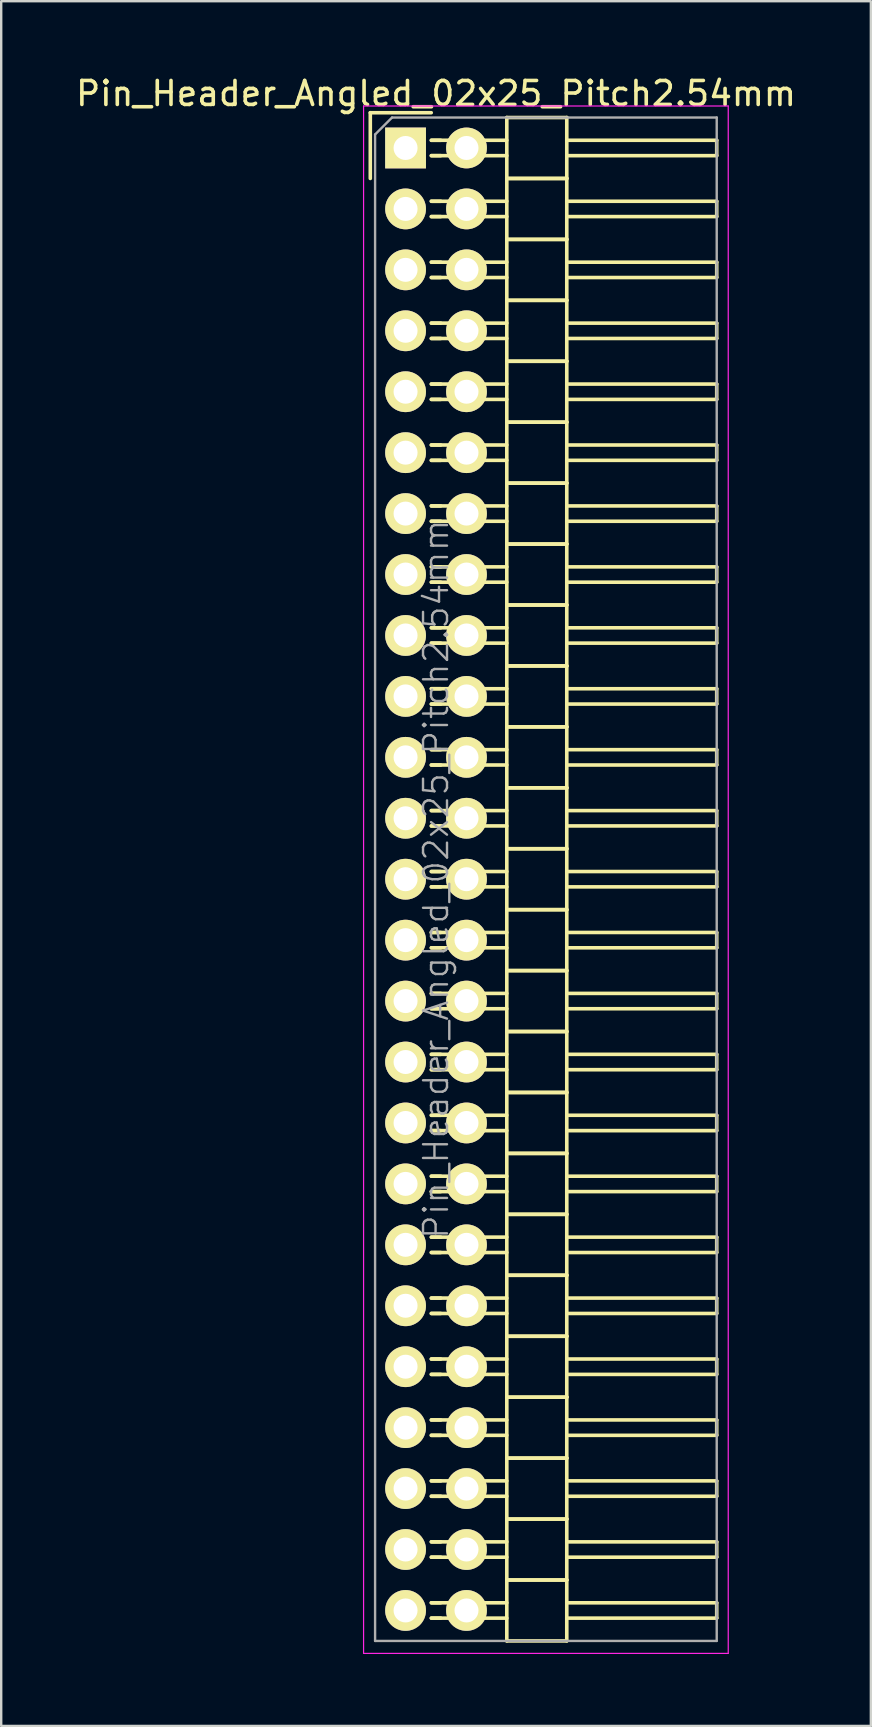
<source format=kicad_pcb>
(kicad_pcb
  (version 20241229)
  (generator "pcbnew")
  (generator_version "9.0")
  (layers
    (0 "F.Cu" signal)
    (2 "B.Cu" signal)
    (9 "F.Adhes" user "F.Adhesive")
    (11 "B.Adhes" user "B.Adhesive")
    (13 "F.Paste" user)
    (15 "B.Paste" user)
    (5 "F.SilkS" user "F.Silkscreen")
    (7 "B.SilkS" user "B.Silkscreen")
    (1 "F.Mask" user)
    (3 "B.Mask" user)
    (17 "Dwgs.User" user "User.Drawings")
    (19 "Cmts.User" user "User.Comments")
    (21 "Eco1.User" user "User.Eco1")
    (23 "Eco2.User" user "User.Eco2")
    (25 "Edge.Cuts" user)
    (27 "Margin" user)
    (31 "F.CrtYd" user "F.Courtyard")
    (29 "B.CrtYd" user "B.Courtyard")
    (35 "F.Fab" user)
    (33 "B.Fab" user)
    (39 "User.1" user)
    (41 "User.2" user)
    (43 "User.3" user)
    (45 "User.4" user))
  (footprint "Pin_Header_Angled_02x25_Pitch2.54mm"
    (layer "F.Cu")
    (at 13.855 3.118)
    (property "Reference" "Pin_Header_Angled_02x25_Pitch2.54mm" (at 1.27 -2.27 0) (layer "F.SilkS") (effects (font (size 1 1) (thickness 0.15))))
    (attr smd)
    (fp_line (start -1.47 -1.47) (end -1.47 1.27) (stroke (width 0.15) (type solid)) (layer "F.SilkS"))
    (fp_line (start -1.47 -1.47) (end 1.07 -1.47) (stroke (width 0.15) (type solid)) (layer "F.SilkS"))
    (fp_line (start 1.465 -0.32) (end 1.075 -0.32) (stroke (width 0.15) (type solid)) (layer "F.SilkS"))
    (fp_line (start 1.465 0.32) (end 1.075 0.32) (stroke (width 0.15) (type solid)) (layer "F.SilkS"))
    (fp_line (start 1.465 2.22) (end 1.075 2.22) (stroke (width 0.15) (type solid)) (layer "F.SilkS"))
    (fp_line (start 1.465 2.86) (end 1.075 2.86) (stroke (width 0.15) (type solid)) (layer "F.SilkS"))
    (fp_line (start 1.465 4.76) (end 1.075 4.76) (stroke (width 0.15) (type solid)) (layer "F.SilkS"))
    (fp_line (start 1.465 5.4) (end 1.075 5.4) (stroke (width 0.15) (type solid)) (layer "F.SilkS"))
    (fp_line (start 1.465 7.3) (end 1.075 7.3) (stroke (width 0.15) (type solid)) (layer "F.SilkS"))
    (fp_line (start 1.465 7.94) (end 1.075 7.94) (stroke (width 0.15) (type solid)) (layer "F.SilkS"))
    (fp_line (start 1.465 9.84) (end 1.075 9.84) (stroke (width 0.15) (type solid)) (layer "F.SilkS"))
    (fp_line (start 1.465 10.48) (end 1.075 10.48) (stroke (width 0.15) (type solid)) (layer "F.SilkS"))
    (fp_line (start 1.465 12.38) (end 1.075 12.38) (stroke (width 0.15) (type solid)) (layer "F.SilkS"))
    (fp_line (start 1.465 13.02) (end 1.075 13.02) (stroke (width 0.15) (type solid)) (layer "F.SilkS"))
    (fp_line (start 1.465 14.92) (end 1.075 14.92) (stroke (width 0.15) (type solid)) (layer "F.SilkS"))
    (fp_line (start 1.465 15.56) (end 1.075 15.56) (stroke (width 0.15) (type solid)) (layer "F.SilkS"))
    (fp_line (start 1.465 17.46) (end 1.075 17.46) (stroke (width 0.15) (type solid)) (layer "F.SilkS"))
    (fp_line (start 1.465 18.1) (end 1.075 18.1) (stroke (width 0.15) (type solid)) (layer "F.SilkS"))
    (fp_line (start 1.465 20) (end 1.075 20) (stroke (width 0.15) (type solid)) (layer "F.SilkS"))
    (fp_line (start 1.465 20.64) (end 1.075 20.64) (stroke (width 0.15) (type solid)) (layer "F.SilkS"))
    (fp_line (start 1.465 22.54) (end 1.075 22.54) (stroke (width 0.15) (type solid)) (layer "F.SilkS"))
    (fp_line (start 1.465 23.18) (end 1.075 23.18) (stroke (width 0.15) (type solid)) (layer "F.SilkS"))
    (fp_line (start 1.465 25.08) (end 1.075 25.08) (stroke (width 0.15) (type solid)) (layer "F.SilkS"))
    (fp_line (start 1.465 25.72) (end 1.075 25.72) (stroke (width 0.15) (type solid)) (layer "F.SilkS"))
    (fp_line (start 1.465 27.62) (end 1.075 27.62) (stroke (width 0.15) (type solid)) (layer "F.SilkS"))
    (fp_line (start 1.465 28.26) (end 1.075 28.26) (stroke (width 0.15) (type solid)) (layer "F.SilkS"))
    (fp_line (start 1.465 30.16) (end 1.075 30.16) (stroke (width 0.15) (type solid)) (layer "F.SilkS"))
    (fp_line (start 1.465 30.8) (end 1.075 30.8) (stroke (width 0.15) (type solid)) (layer "F.SilkS"))
    (fp_line (start 1.465 32.7) (end 1.075 32.7) (stroke (width 0.15) (type solid)) (layer "F.SilkS"))
    (fp_line (start 1.465 33.34) (end 1.075 33.34) (stroke (width 0.15) (type solid)) (layer "F.SilkS"))
    (fp_line (start 1.465 35.24) (end 1.075 35.24) (stroke (width 0.15) (type solid)) (layer "F.SilkS"))
    (fp_line (start 1.465 35.88) (end 1.075 35.88) (stroke (width 0.15) (type solid)) (layer "F.SilkS"))
    (fp_line (start 1.465 37.78) (end 1.075 37.78) (stroke (width 0.15) (type solid)) (layer "F.SilkS"))
    (fp_line (start 1.465 38.42) (end 1.075 38.42) (stroke (width 0.15) (type solid)) (layer "F.SilkS"))
    (fp_line (start 1.465 40.32) (end 1.075 40.32) (stroke (width 0.15) (type solid)) (layer "F.SilkS"))
    (fp_line (start 1.465 40.96) (end 1.075 40.96) (stroke (width 0.15) (type solid)) (layer "F.SilkS"))
    (fp_line (start 1.465 42.86) (end 1.075 42.86) (stroke (width 0.15) (type solid)) (layer "F.SilkS"))
    (fp_line (start 1.465 43.5) (end 1.075 43.5) (stroke (width 0.15) (type solid)) (layer "F.SilkS"))
    (fp_line (start 1.465 45.4) (end 1.075 45.4) (stroke (width 0.15) (type solid)) (layer "F.SilkS"))
    (fp_line (start 1.465 46.04) (end 1.075 46.04) (stroke (width 0.15) (type solid)) (layer "F.SilkS"))
    (fp_line (start 1.465 47.94) (end 1.075 47.94) (stroke (width 0.15) (type solid)) (layer "F.SilkS"))
    (fp_line (start 1.465 48.58) (end 1.075 48.58) (stroke (width 0.15) (type solid)) (layer "F.SilkS"))
    (fp_line (start 1.465 50.48) (end 1.075 50.48) (stroke (width 0.15) (type solid)) (layer "F.SilkS"))
    (fp_line (start 1.465 51.12) (end 1.075 51.12) (stroke (width 0.15) (type solid)) (layer "F.SilkS"))
    (fp_line (start 1.465 53.02) (end 1.075 53.02) (stroke (width 0.15) (type solid)) (layer "F.SilkS"))
    (fp_line (start 1.465 53.66) (end 1.075 53.66) (stroke (width 0.15) (type solid)) (layer "F.SilkS"))
    (fp_line (start 1.465 55.56) (end 1.075 55.56) (stroke (width 0.15) (type solid)) (layer "F.SilkS"))
    (fp_line (start 1.465 56.2) (end 1.075 56.2) (stroke (width 0.15) (type solid)) (layer "F.SilkS"))
    (fp_line (start 1.465 58.1) (end 1.075 58.1) (stroke (width 0.15) (type solid)) (layer "F.SilkS"))
    (fp_line (start 1.465 58.74) (end 1.075 58.74) (stroke (width 0.15) (type solid)) (layer "F.SilkS"))
    (fp_line (start 1.465 60.64) (end 1.075 60.64) (stroke (width 0.15) (type solid)) (layer "F.SilkS"))
    (fp_line (start 1.465 61.28) (end 1.075 61.28) (stroke (width 0.15) (type solid)) (layer "F.SilkS"))
    (fp_line (start 4.22 -0.32) (end 1.075 -0.32) (stroke (width 0.15) (type solid)) (layer "F.SilkS"))
    (fp_line (start 4.22 0.32) (end 1.075 0.32) (stroke (width 0.15) (type solid)) (layer "F.SilkS"))
    (fp_line (start 4.22 1.27) (end 4.22 -1.27) (stroke (width 0.15) (type solid)) (layer "F.SilkS"))
    (fp_line (start 4.22 2.22) (end 1.075 2.22) (stroke (width 0.15) (type solid)) (layer "F.SilkS"))
    (fp_line (start 4.22 2.86) (end 1.075 2.86) (stroke (width 0.15) (type solid)) (layer "F.SilkS"))
    (fp_line (start 4.22 3.81) (end 4.22 1.27) (stroke (width 0.15) (type solid)) (layer "F.SilkS"))
    (fp_line (start 4.22 4.76) (end 1.075 4.76) (stroke (width 0.15) (type solid)) (layer "F.SilkS"))
    (fp_line (start 4.22 5.4) (end 1.075 5.4) (stroke (width 0.15) (type solid)) (layer "F.SilkS"))
    (fp_line (start 4.22 6.35) (end 4.22 3.81) (stroke (width 0.15) (type solid)) (layer "F.SilkS"))
    (fp_line (start 4.22 7.3) (end 1.075 7.3) (stroke (width 0.15) (type solid)) (layer "F.SilkS"))
    (fp_line (start 4.22 7.94) (end 1.075 7.94) (stroke (width 0.15) (type solid)) (layer "F.SilkS"))
    (fp_line (start 4.22 8.89) (end 4.22 6.35) (stroke (width 0.15) (type solid)) (layer "F.SilkS"))
    (fp_line (start 4.22 9.84) (end 1.075 9.84) (stroke (width 0.15) (type solid)) (layer "F.SilkS"))
    (fp_line (start 4.22 10.48) (end 1.075 10.48) (stroke (width 0.15) (type solid)) (layer "F.SilkS"))
    (fp_line (start 4.22 11.43) (end 4.22 8.89) (stroke (width 0.15) (type solid)) (layer "F.SilkS"))
    (fp_line (start 4.22 12.38) (end 1.075 12.38) (stroke (width 0.15) (type solid)) (layer "F.SilkS"))
    (fp_line (start 4.22 13.02) (end 1.075 13.02) (stroke (width 0.15) (type solid)) (layer "F.SilkS"))
    (fp_line (start 4.22 13.97) (end 4.22 11.43) (stroke (width 0.15) (type solid)) (layer "F.SilkS"))
    (fp_line (start 4.22 14.92) (end 1.075 14.92) (stroke (width 0.15) (type solid)) (layer "F.SilkS"))
    (fp_line (start 4.22 15.56) (end 1.075 15.56) (stroke (width 0.15) (type solid)) (layer "F.SilkS"))
    (fp_line (start 4.22 16.51) (end 4.22 13.97) (stroke (width 0.15) (type solid)) (layer "F.SilkS"))
    (fp_line (start 4.22 17.46) (end 1.075 17.46) (stroke (width 0.15) (type solid)) (layer "F.SilkS"))
    (fp_line (start 4.22 18.1) (end 1.075 18.1) (stroke (width 0.15) (type solid)) (layer "F.SilkS"))
    (fp_line (start 4.22 19.05) (end 4.22 16.51) (stroke (width 0.15) (type solid)) (layer "F.SilkS"))
    (fp_line (start 4.22 20) (end 1.075 20) (stroke (width 0.15) (type solid)) (layer "F.SilkS"))
    (fp_line (start 4.22 20.64) (end 1.075 20.64) (stroke (width 0.15) (type solid)) (layer "F.SilkS"))
    (fp_line (start 4.22 21.59) (end 4.22 19.05) (stroke (width 0.15) (type solid)) (layer "F.SilkS"))
    (fp_line (start 4.22 22.54) (end 1.075 22.54) (stroke (width 0.15) (type solid)) (layer "F.SilkS"))
    (fp_line (start 4.22 23.18) (end 1.075 23.18) (stroke (width 0.15) (type solid)) (layer "F.SilkS"))
    (fp_line (start 4.22 24.13) (end 4.22 21.59) (stroke (width 0.15) (type solid)) (layer "F.SilkS"))
    (fp_line (start 4.22 25.08) (end 1.075 25.08) (stroke (width 0.15) (type solid)) (layer "F.SilkS"))
    (fp_line (start 4.22 25.72) (end 1.075 25.72) (stroke (width 0.15) (type solid)) (layer "F.SilkS"))
    (fp_line (start 4.22 26.67) (end 4.22 24.13) (stroke (width 0.15) (type solid)) (layer "F.SilkS"))
    (fp_line (start 4.22 27.62) (end 1.075 27.62) (stroke (width 0.15) (type solid)) (layer "F.SilkS"))
    (fp_line (start 4.22 28.26) (end 1.075 28.26) (stroke (width 0.15) (type solid)) (layer "F.SilkS"))
    (fp_line (start 4.22 29.21) (end 4.22 26.67) (stroke (width 0.15) (type solid)) (layer "F.SilkS"))
    (fp_line (start 4.22 30.16) (end 1.075 30.16) (stroke (width 0.15) (type solid)) (layer "F.SilkS"))
    (fp_line (start 4.22 30.8) (end 1.075 30.8) (stroke (width 0.15) (type solid)) (layer "F.SilkS"))
    (fp_line (start 4.22 31.75) (end 4.22 29.21) (stroke (width 0.15) (type solid)) (layer "F.SilkS"))
    (fp_line (start 4.22 32.7) (end 1.075 32.7) (stroke (width 0.15) (type solid)) (layer "F.SilkS"))
    (fp_line (start 4.22 33.34) (end 1.075 33.34) (stroke (width 0.15) (type solid)) (layer "F.SilkS"))
    (fp_line (start 4.22 34.29) (end 4.22 31.75) (stroke (width 0.15) (type solid)) (layer "F.SilkS"))
    (fp_line (start 4.22 35.24) (end 1.075 35.24) (stroke (width 0.15) (type solid)) (layer "F.SilkS"))
    (fp_line (start 4.22 35.88) (end 1.075 35.88) (stroke (width 0.15) (type solid)) (layer "F.SilkS"))
    (fp_line (start 4.22 36.83) (end 4.22 34.29) (stroke (width 0.15) (type solid)) (layer "F.SilkS"))
    (fp_line (start 4.22 37.78) (end 1.075 37.78) (stroke (width 0.15) (type solid)) (layer "F.SilkS"))
    (fp_line (start 4.22 38.42) (end 1.075 38.42) (stroke (width 0.15) (type solid)) (layer "F.SilkS"))
    (fp_line (start 4.22 39.37) (end 4.22 36.83) (stroke (width 0.15) (type solid)) (layer "F.SilkS"))
    (fp_line (start 4.22 40.32) (end 1.075 40.32) (stroke (width 0.15) (type solid)) (layer "F.SilkS"))
    (fp_line (start 4.22 40.96) (end 1.075 40.96) (stroke (width 0.15) (type solid)) (layer "F.SilkS"))
    (fp_line (start 4.22 41.91) (end 4.22 39.37) (stroke (width 0.15) (type solid)) (layer "F.SilkS"))
    (fp_line (start 4.22 42.86) (end 1.075 42.86) (stroke (width 0.15) (type solid)) (layer "F.SilkS"))
    (fp_line (start 4.22 43.5) (end 1.075 43.5) (stroke (width 0.15) (type solid)) (layer "F.SilkS"))
    (fp_line (start 4.22 44.45) (end 4.22 41.91) (stroke (width 0.15) (type solid)) (layer "F.SilkS"))
    (fp_line (start 4.22 45.4) (end 1.075 45.4) (stroke (width 0.15) (type solid)) (layer "F.SilkS"))
    (fp_line (start 4.22 46.04) (end 1.075 46.04) (stroke (width 0.15) (type solid)) (layer "F.SilkS"))
    (fp_line (start 4.22 46.99) (end 4.22 44.45) (stroke (width 0.15) (type solid)) (layer "F.SilkS"))
    (fp_line (start 4.22 47.94) (end 1.075 47.94) (stroke (width 0.15) (type solid)) (layer "F.SilkS"))
    (fp_line (start 4.22 48.58) (end 1.075 48.58) (stroke (width 0.15) (type solid)) (layer "F.SilkS"))
    (fp_line (start 4.22 49.53) (end 4.22 46.99) (stroke (width 0.15) (type solid)) (layer "F.SilkS"))
    (fp_line (start 4.22 50.48) (end 1.075 50.48) (stroke (width 0.15) (type solid)) (layer "F.SilkS"))
    (fp_line (start 4.22 51.12) (end 1.075 51.12) (stroke (width 0.15) (type solid)) (layer "F.SilkS"))
    (fp_line (start 4.22 52.07) (end 4.22 49.53) (stroke (width 0.15) (type solid)) (layer "F.SilkS"))
    (fp_line (start 4.22 53.02) (end 1.075 53.02) (stroke (width 0.15) (type solid)) (layer "F.SilkS"))
    (fp_line (start 4.22 53.66) (end 1.075 53.66) (stroke (width 0.15) (type solid)) (layer "F.SilkS"))
    (fp_line (start 4.22 54.61) (end 4.22 52.07) (stroke (width 0.15) (type solid)) (layer "F.SilkS"))
    (fp_line (start 4.22 55.56) (end 1.075 55.56) (stroke (width 0.15) (type solid)) (layer "F.SilkS"))
    (fp_line (start 4.22 56.2) (end 1.075 56.2) (stroke (width 0.15) (type solid)) (layer "F.SilkS"))
    (fp_line (start 4.22 57.15) (end 4.22 54.61) (stroke (width 0.15) (type solid)) (layer "F.SilkS"))
    (fp_line (start 4.22 58.1) (end 1.075 58.1) (stroke (width 0.15) (type solid)) (layer "F.SilkS"))
    (fp_line (start 4.22 58.74) (end 1.075 58.74) (stroke (width 0.15) (type solid)) (layer "F.SilkS"))
    (fp_line (start 4.22 59.69) (end 4.22 57.15) (stroke (width 0.15) (type solid)) (layer "F.SilkS"))
    (fp_line (start 4.22 60.64) (end 1.075 60.64) (stroke (width 0.15) (type solid)) (layer "F.SilkS"))
    (fp_line (start 4.22 61.28) (end 1.075 61.28) (stroke (width 0.15) (type solid)) (layer "F.SilkS"))
    (fp_line (start 4.22 62.23) (end 4.22 59.69) (stroke (width 0.15) (type solid)) (layer "F.SilkS"))
    (fp_line (start 6.72 -1.27) (end 4.22 -1.27) (stroke (width 0.15) (type solid)) (layer "F.SilkS"))
    (fp_line (start 6.72 -0.32) (end 12.97 -0.32) (stroke (width 0.15) (type solid)) (layer "F.SilkS"))
    (fp_line (start 6.72 0.32) (end 12.97 0.32) (stroke (width 0.15) (type solid)) (layer "F.SilkS"))
    (fp_line (start 6.72 1.27) (end 4.22 1.27) (stroke (width 0.15) (type solid)) (layer "F.SilkS"))
    (fp_line (start 6.72 1.27) (end 4.22 1.27) (stroke (width 0.15) (type solid)) (layer "F.SilkS"))
    (fp_line (start 6.72 1.27) (end 6.72 -1.27) (stroke (width 0.15) (type solid)) (layer "F.SilkS"))
    (fp_line (start 6.72 2.22) (end 12.97 2.22) (stroke (width 0.15) (type solid)) (layer "F.SilkS"))
    (fp_line (start 6.72 2.86) (end 12.97 2.86) (stroke (width 0.15) (type solid)) (layer "F.SilkS"))
    (fp_line (start 6.72 3.81) (end 4.22 3.81) (stroke (width 0.15) (type solid)) (layer "F.SilkS"))
    (fp_line (start 6.72 3.81) (end 4.22 3.81) (stroke (width 0.15) (type solid)) (layer "F.SilkS"))
    (fp_line (start 6.72 3.81) (end 6.72 1.27) (stroke (width 0.15) (type solid)) (layer "F.SilkS"))
    (fp_line (start 6.72 4.76) (end 12.97 4.76) (stroke (width 0.15) (type solid)) (layer "F.SilkS"))
    (fp_line (start 6.72 5.4) (end 12.97 5.4) (stroke (width 0.15) (type solid)) (layer "F.SilkS"))
    (fp_line (start 6.72 6.35) (end 4.22 6.35) (stroke (width 0.15) (type solid)) (layer "F.SilkS"))
    (fp_line (start 6.72 6.35) (end 4.22 6.35) (stroke (width 0.15) (type solid)) (layer "F.SilkS"))
    (fp_line (start 6.72 6.35) (end 6.72 3.81) (stroke (width 0.15) (type solid)) (layer "F.SilkS"))
    (fp_line (start 6.72 7.3) (end 12.97 7.3) (stroke (width 0.15) (type solid)) (layer "F.SilkS"))
    (fp_line (start 6.72 7.94) (end 12.97 7.94) (stroke (width 0.15) (type solid)) (layer "F.SilkS"))
    (fp_line (start 6.72 8.89) (end 4.22 8.89) (stroke (width 0.15) (type solid)) (layer "F.SilkS"))
    (fp_line (start 6.72 8.89) (end 4.22 8.89) (stroke (width 0.15) (type solid)) (layer "F.SilkS"))
    (fp_line (start 6.72 8.89) (end 6.72 6.35) (stroke (width 0.15) (type solid)) (layer "F.SilkS"))
    (fp_line (start 6.72 9.84) (end 12.97 9.84) (stroke (width 0.15) (type solid)) (layer "F.SilkS"))
    (fp_line (start 6.72 10.48) (end 12.97 10.48) (stroke (width 0.15) (type solid)) (layer "F.SilkS"))
    (fp_line (start 6.72 11.43) (end 4.22 11.43) (stroke (width 0.15) (type solid)) (layer "F.SilkS"))
    (fp_line (start 6.72 11.43) (end 4.22 11.43) (stroke (width 0.15) (type solid)) (layer "F.SilkS"))
    (fp_line (start 6.72 11.43) (end 6.72 8.89) (stroke (width 0.15) (type solid)) (layer "F.SilkS"))
    (fp_line (start 6.72 12.38) (end 12.97 12.38) (stroke (width 0.15) (type solid)) (layer "F.SilkS"))
    (fp_line (start 6.72 13.02) (end 12.97 13.02) (stroke (width 0.15) (type solid)) (layer "F.SilkS"))
    (fp_line (start 6.72 13.97) (end 4.22 13.97) (stroke (width 0.15) (type solid)) (layer "F.SilkS"))
    (fp_line (start 6.72 13.97) (end 4.22 13.97) (stroke (width 0.15) (type solid)) (layer "F.SilkS"))
    (fp_line (start 6.72 13.97) (end 6.72 11.43) (stroke (width 0.15) (type solid)) (layer "F.SilkS"))
    (fp_line (start 6.72 14.92) (end 12.97 14.92) (stroke (width 0.15) (type solid)) (layer "F.SilkS"))
    (fp_line (start 6.72 15.56) (end 12.97 15.56) (stroke (width 0.15) (type solid)) (layer "F.SilkS"))
    (fp_line (start 6.72 16.51) (end 4.22 16.51) (stroke (width 0.15) (type solid)) (layer "F.SilkS"))
    (fp_line (start 6.72 16.51) (end 4.22 16.51) (stroke (width 0.15) (type solid)) (layer "F.SilkS"))
    (fp_line (start 6.72 16.51) (end 6.72 13.97) (stroke (width 0.15) (type solid)) (layer "F.SilkS"))
    (fp_line (start 6.72 17.46) (end 12.97 17.46) (stroke (width 0.15) (type solid)) (layer "F.SilkS"))
    (fp_line (start 6.72 18.1) (end 12.97 18.1) (stroke (width 0.15) (type solid)) (layer "F.SilkS"))
    (fp_line (start 6.72 19.05) (end 4.22 19.05) (stroke (width 0.15) (type solid)) (layer "F.SilkS"))
    (fp_line (start 6.72 19.05) (end 4.22 19.05) (stroke (width 0.15) (type solid)) (layer "F.SilkS"))
    (fp_line (start 6.72 19.05) (end 6.72 16.51) (stroke (width 0.15) (type solid)) (layer "F.SilkS"))
    (fp_line (start 6.72 20) (end 12.97 20) (stroke (width 0.15) (type solid)) (layer "F.SilkS"))
    (fp_line (start 6.72 20.64) (end 12.97 20.64) (stroke (width 0.15) (type solid)) (layer "F.SilkS"))
    (fp_line (start 6.72 21.59) (end 4.22 21.59) (stroke (width 0.15) (type solid)) (layer "F.SilkS"))
    (fp_line (start 6.72 21.59) (end 4.22 21.59) (stroke (width 0.15) (type solid)) (layer "F.SilkS"))
    (fp_line (start 6.72 21.59) (end 6.72 19.05) (stroke (width 0.15) (type solid)) (layer "F.SilkS"))
    (fp_line (start 6.72 22.54) (end 12.97 22.54) (stroke (width 0.15) (type solid)) (layer "F.SilkS"))
    (fp_line (start 6.72 23.18) (end 12.97 23.18) (stroke (width 0.15) (type solid)) (layer "F.SilkS"))
    (fp_line (start 6.72 24.13) (end 4.22 24.13) (stroke (width 0.15) (type solid)) (layer "F.SilkS"))
    (fp_line (start 6.72 24.13) (end 4.22 24.13) (stroke (width 0.15) (type solid)) (layer "F.SilkS"))
    (fp_line (start 6.72 24.13) (end 6.72 21.59) (stroke (width 0.15) (type solid)) (layer "F.SilkS"))
    (fp_line (start 6.72 25.08) (end 12.97 25.08) (stroke (width 0.15) (type solid)) (layer "F.SilkS"))
    (fp_line (start 6.72 25.72) (end 12.97 25.72) (stroke (width 0.15) (type solid)) (layer "F.SilkS"))
    (fp_line (start 6.72 26.67) (end 4.22 26.67) (stroke (width 0.15) (type solid)) (layer "F.SilkS"))
    (fp_line (start 6.72 26.67) (end 4.22 26.67) (stroke (width 0.15) (type solid)) (layer "F.SilkS"))
    (fp_line (start 6.72 26.67) (end 6.72 24.13) (stroke (width 0.15) (type solid)) (layer "F.SilkS"))
    (fp_line (start 6.72 27.62) (end 12.97 27.62) (stroke (width 0.15) (type solid)) (layer "F.SilkS"))
    (fp_line (start 6.72 28.26) (end 12.97 28.26) (stroke (width 0.15) (type solid)) (layer "F.SilkS"))
    (fp_line (start 6.72 29.21) (end 4.22 29.21) (stroke (width 0.15) (type solid)) (layer "F.SilkS"))
    (fp_line (start 6.72 29.21) (end 4.22 29.21) (stroke (width 0.15) (type solid)) (layer "F.SilkS"))
    (fp_line (start 6.72 29.21) (end 6.72 26.67) (stroke (width 0.15) (type solid)) (layer "F.SilkS"))
    (fp_line (start 6.72 30.16) (end 12.97 30.16) (stroke (width 0.15) (type solid)) (layer "F.SilkS"))
    (fp_line (start 6.72 30.8) (end 12.97 30.8) (stroke (width 0.15) (type solid)) (layer "F.SilkS"))
    (fp_line (start 6.72 31.75) (end 4.22 31.75) (stroke (width 0.15) (type solid)) (layer "F.SilkS"))
    (fp_line (start 6.72 31.75) (end 4.22 31.75) (stroke (width 0.15) (type solid)) (layer "F.SilkS"))
    (fp_line (start 6.72 31.75) (end 6.72 29.21) (stroke (width 0.15) (type solid)) (layer "F.SilkS"))
    (fp_line (start 6.72 32.7) (end 12.97 32.7) (stroke (width 0.15) (type solid)) (layer "F.SilkS"))
    (fp_line (start 6.72 33.34) (end 12.97 33.34) (stroke (width 0.15) (type solid)) (layer "F.SilkS"))
    (fp_line (start 6.72 34.29) (end 4.22 34.29) (stroke (width 0.15) (type solid)) (layer "F.SilkS"))
    (fp_line (start 6.72 34.29) (end 4.22 34.29) (stroke (width 0.15) (type solid)) (layer "F.SilkS"))
    (fp_line (start 6.72 34.29) (end 6.72 31.75) (stroke (width 0.15) (type solid)) (layer "F.SilkS"))
    (fp_line (start 6.72 35.24) (end 12.97 35.24) (stroke (width 0.15) (type solid)) (layer "F.SilkS"))
    (fp_line (start 6.72 35.88) (end 12.97 35.88) (stroke (width 0.15) (type solid)) (layer "F.SilkS"))
    (fp_line (start 6.72 36.83) (end 4.22 36.83) (stroke (width 0.15) (type solid)) (layer "F.SilkS"))
    (fp_line (start 6.72 36.83) (end 4.22 36.83) (stroke (width 0.15) (type solid)) (layer "F.SilkS"))
    (fp_line (start 6.72 36.83) (end 6.72 34.29) (stroke (width 0.15) (type solid)) (layer "F.SilkS"))
    (fp_line (start 6.72 37.78) (end 12.97 37.78) (stroke (width 0.15) (type solid)) (layer "F.SilkS"))
    (fp_line (start 6.72 38.42) (end 12.97 38.42) (stroke (width 0.15) (type solid)) (layer "F.SilkS"))
    (fp_line (start 6.72 39.37) (end 4.22 39.37) (stroke (width 0.15) (type solid)) (layer "F.SilkS"))
    (fp_line (start 6.72 39.37) (end 4.22 39.37) (stroke (width 0.15) (type solid)) (layer "F.SilkS"))
    (fp_line (start 6.72 39.37) (end 6.72 36.83) (stroke (width 0.15) (type solid)) (layer "F.SilkS"))
    (fp_line (start 6.72 40.32) (end 12.97 40.32) (stroke (width 0.15) (type solid)) (layer "F.SilkS"))
    (fp_line (start 6.72 40.96) (end 12.97 40.96) (stroke (width 0.15) (type solid)) (layer "F.SilkS"))
    (fp_line (start 6.72 41.91) (end 4.22 41.91) (stroke (width 0.15) (type solid)) (layer "F.SilkS"))
    (fp_line (start 6.72 41.91) (end 4.22 41.91) (stroke (width 0.15) (type solid)) (layer "F.SilkS"))
    (fp_line (start 6.72 41.91) (end 6.72 39.37) (stroke (width 0.15) (type solid)) (layer "F.SilkS"))
    (fp_line (start 6.72 42.86) (end 12.97 42.86) (stroke (width 0.15) (type solid)) (layer "F.SilkS"))
    (fp_line (start 6.72 43.5) (end 12.97 43.5) (stroke (width 0.15) (type solid)) (layer "F.SilkS"))
    (fp_line (start 6.72 44.45) (end 4.22 44.45) (stroke (width 0.15) (type solid)) (layer "F.SilkS"))
    (fp_line (start 6.72 44.45) (end 4.22 44.45) (stroke (width 0.15) (type solid)) (layer "F.SilkS"))
    (fp_line (start 6.72 44.45) (end 6.72 41.91) (stroke (width 0.15) (type solid)) (layer "F.SilkS"))
    (fp_line (start 6.72 45.4) (end 12.97 45.4) (stroke (width 0.15) (type solid)) (layer "F.SilkS"))
    (fp_line (start 6.72 46.04) (end 12.97 46.04) (stroke (width 0.15) (type solid)) (layer "F.SilkS"))
    (fp_line (start 6.72 46.99) (end 4.22 46.99) (stroke (width 0.15) (type solid)) (layer "F.SilkS"))
    (fp_line (start 6.72 46.99) (end 4.22 46.99) (stroke (width 0.15) (type solid)) (layer "F.SilkS"))
    (fp_line (start 6.72 46.99) (end 6.72 44.45) (stroke (width 0.15) (type solid)) (layer "F.SilkS"))
    (fp_line (start 6.72 47.94) (end 12.97 47.94) (stroke (width 0.15) (type solid)) (layer "F.SilkS"))
    (fp_line (start 6.72 48.58) (end 12.97 48.58) (stroke (width 0.15) (type solid)) (layer "F.SilkS"))
    (fp_line (start 6.72 49.53) (end 4.22 49.53) (stroke (width 0.15) (type solid)) (layer "F.SilkS"))
    (fp_line (start 6.72 49.53) (end 4.22 49.53) (stroke (width 0.15) (type solid)) (layer "F.SilkS"))
    (fp_line (start 6.72 49.53) (end 6.72 46.99) (stroke (width 0.15) (type solid)) (layer "F.SilkS"))
    (fp_line (start 6.72 50.48) (end 12.97 50.48) (stroke (width 0.15) (type solid)) (layer "F.SilkS"))
    (fp_line (start 6.72 51.12) (end 12.97 51.12) (stroke (width 0.15) (type solid)) (layer "F.SilkS"))
    (fp_line (start 6.72 52.07) (end 4.22 52.07) (stroke (width 0.15) (type solid)) (layer "F.SilkS"))
    (fp_line (start 6.72 52.07) (end 4.22 52.07) (stroke (width 0.15) (type solid)) (layer "F.SilkS"))
    (fp_line (start 6.72 52.07) (end 6.72 49.53) (stroke (width 0.15) (type solid)) (layer "F.SilkS"))
    (fp_line (start 6.72 53.02) (end 12.97 53.02) (stroke (width 0.15) (type solid)) (layer "F.SilkS"))
    (fp_line (start 6.72 53.66) (end 12.97 53.66) (stroke (width 0.15) (type solid)) (layer "F.SilkS"))
    (fp_line (start 6.72 54.61) (end 4.22 54.61) (stroke (width 0.15) (type solid)) (layer "F.SilkS"))
    (fp_line (start 6.72 54.61) (end 4.22 54.61) (stroke (width 0.15) (type solid)) (layer "F.SilkS"))
    (fp_line (start 6.72 54.61) (end 6.72 52.07) (stroke (width 0.15) (type solid)) (layer "F.SilkS"))
    (fp_line (start 6.72 55.56) (end 12.97 55.56) (stroke (width 0.15) (type solid)) (layer "F.SilkS"))
    (fp_line (start 6.72 56.2) (end 12.97 56.2) (stroke (width 0.15) (type solid)) (layer "F.SilkS"))
    (fp_line (start 6.72 57.15) (end 4.22 57.15) (stroke (width 0.15) (type solid)) (layer "F.SilkS"))
    (fp_line (start 6.72 57.15) (end 4.22 57.15) (stroke (width 0.15) (type solid)) (layer "F.SilkS"))
    (fp_line (start 6.72 57.15) (end 6.72 54.61) (stroke (width 0.15) (type solid)) (layer "F.SilkS"))
    (fp_line (start 6.72 58.1) (end 12.97 58.1) (stroke (width 0.15) (type solid)) (layer "F.SilkS"))
    (fp_line (start 6.72 58.74) (end 12.97 58.74) (stroke (width 0.15) (type solid)) (layer "F.SilkS"))
    (fp_line (start 6.72 59.69) (end 4.22 59.69) (stroke (width 0.15) (type solid)) (layer "F.SilkS"))
    (fp_line (start 6.72 59.69) (end 4.22 59.69) (stroke (width 0.15) (type solid)) (layer "F.SilkS"))
    (fp_line (start 6.72 59.69) (end 6.72 57.15) (stroke (width 0.15) (type solid)) (layer "F.SilkS"))
    (fp_line (start 6.72 60.64) (end 12.97 60.64) (stroke (width 0.15) (type solid)) (layer "F.SilkS"))
    (fp_line (start 6.72 61.28) (end 12.97 61.28) (stroke (width 0.15) (type solid)) (layer "F.SilkS"))
    (fp_line (start 6.72 62.23) (end 4.22 62.23) (stroke (width 0.15) (type solid)) (layer "F.SilkS"))
    (fp_line (start 6.72 62.23) (end 6.72 59.69) (stroke (width 0.15) (type solid)) (layer "F.SilkS"))
    (fp_line (start 12.97 0.32) (end 12.97 -0.32) (stroke (width 0.15) (type solid)) (layer "F.SilkS"))
    (fp_line (start 12.97 2.86) (end 12.97 2.22) (stroke (width 0.15) (type solid)) (layer "F.SilkS"))
    (fp_line (start 12.97 5.4) (end 12.97 4.76) (stroke (width 0.15) (type solid)) (layer "F.SilkS"))
    (fp_line (start 12.97 7.94) (end 12.97 7.3) (stroke (width 0.15) (type solid)) (layer "F.SilkS"))
    (fp_line (start 12.97 10.48) (end 12.97 9.84) (stroke (width 0.15) (type solid)) (layer "F.SilkS"))
    (fp_line (start 12.97 13.02) (end 12.97 12.38) (stroke (width 0.15) (type solid)) (layer "F.SilkS"))
    (fp_line (start 12.97 15.56) (end 12.97 14.92) (stroke (width 0.15) (type solid)) (layer "F.SilkS"))
    (fp_line (start 12.97 18.1) (end 12.97 17.46) (stroke (width 0.15) (type solid)) (layer "F.SilkS"))
    (fp_line (start 12.97 20.64) (end 12.97 20) (stroke (width 0.15) (type solid)) (layer "F.SilkS"))
    (fp_line (start 12.97 23.18) (end 12.97 22.54) (stroke (width 0.15) (type solid)) (layer "F.SilkS"))
    (fp_line (start 12.97 25.72) (end 12.97 25.08) (stroke (width 0.15) (type solid)) (layer "F.SilkS"))
    (fp_line (start 12.97 28.26) (end 12.97 27.62) (stroke (width 0.15) (type solid)) (layer "F.SilkS"))
    (fp_line (start 12.97 30.8) (end 12.97 30.16) (stroke (width 0.15) (type solid)) (layer "F.SilkS"))
    (fp_line (start 12.97 33.34) (end 12.97 32.7) (stroke (width 0.15) (type solid)) (layer "F.SilkS"))
    (fp_line (start 12.97 35.88) (end 12.97 35.24) (stroke (width 0.15) (type solid)) (layer "F.SilkS"))
    (fp_line (start 12.97 38.42) (end 12.97 37.78) (stroke (width 0.15) (type solid)) (layer "F.SilkS"))
    (fp_line (start 12.97 40.96) (end 12.97 40.32) (stroke (width 0.15) (type solid)) (layer "F.SilkS"))
    (fp_line (start 12.97 43.5) (end 12.97 42.86) (stroke (width 0.15) (type solid)) (layer "F.SilkS"))
    (fp_line (start 12.97 46.04) (end 12.97 45.4) (stroke (width 0.15) (type solid)) (layer "F.SilkS"))
    (fp_line (start 12.97 48.58) (end 12.97 47.94) (stroke (width 0.15) (type solid)) (layer "F.SilkS"))
    (fp_line (start 12.97 51.12) (end 12.97 50.48) (stroke (width 0.15) (type solid)) (layer "F.SilkS"))
    (fp_line (start 12.97 53.66) (end 12.97 53.02) (stroke (width 0.15) (type solid)) (layer "F.SilkS"))
    (fp_line (start 12.97 56.2) (end 12.97 55.56) (stroke (width 0.15) (type solid)) (layer "F.SilkS"))
    (fp_line (start 12.97 58.74) (end 12.97 58.1) (stroke (width 0.15) (type solid)) (layer "F.SilkS"))
    (fp_line (start 12.97 61.28) (end 12.97 60.64) (stroke (width 0.15) (type solid)) (layer "F.SilkS"))
    (fp_line (start -1.75 -1.75) (end -1.75 62.75) (stroke (width 0.05) (type solid)) (layer "F.CrtYd"))
    (fp_line (start 13.45 -1.75) (end -1.75 -1.75) (stroke (width 0.05) (type solid)) (layer "F.CrtYd"))
    (fp_line (start 13.45 -1.75) (end 13.45 62.75) (stroke (width 0.05) (type solid)) (layer "F.CrtYd"))
    (fp_line (start 13.45 62.75) (end -1.75 62.75) (stroke (width 0.05) (type solid)) (layer "F.CrtYd"))
    (fp_line (start -1.27 -0.563) (end -0.563 -1.27) (stroke (width 0.1) (type solid)) (layer "F.Fab"))
    (fp_line (start -1.27 62.23) (end -1.27 -0.563) (stroke (width 0.1) (type solid)) (layer "F.Fab"))
    (fp_line (start 12.97 -1.27) (end -0.563 -1.27) (stroke (width 0.1) (type solid)) (layer "F.Fab"))
    (fp_line (start 12.97 62.23) (end -1.27 62.23) (stroke (width 0.1) (type solid)) (layer "F.Fab"))
    (fp_line (start 12.97 62.23) (end 12.97 -1.27) (stroke (width 0.1) (type solid)) (layer "F.Fab"))
    (fp_text user "${REFERENCE}" (at 1.27 30.48 90) (layer "F.Fab") (effects (font (size 1 1) (thickness 0.1))))
    (pad "1" thru_hole rect (at 0 0) (size 1.7 1.7) (drill 1) (layers "*.Cu" "*.Mask" "F.SilkS"))
    (pad "2" thru_hole oval (at 2.54 0) (size 1.7 1.7) (drill 1) (layers "*.Cu" "*.Mask" "F.SilkS"))
    (pad "3" thru_hole oval (at 0 2.54) (size 1.7 1.7) (drill 1) (layers "*.Cu" "*.Mask" "F.SilkS"))
    (pad "4" thru_hole oval (at 2.54 2.54) (size 1.7 1.7) (drill 1) (layers "*.Cu" "*.Mask" "F.SilkS"))
    (pad "5" thru_hole oval (at 0 5.08) (size 1.7 1.7) (drill 1) (layers "*.Cu" "*.Mask" "F.SilkS"))
    (pad "6" thru_hole oval (at 2.54 5.08) (size 1.7 1.7) (drill 1) (layers "*.Cu" "*.Mask" "F.SilkS"))
    (pad "7" thru_hole oval (at 0 7.62) (size 1.7 1.7) (drill 1) (layers "*.Cu" "*.Mask" "F.SilkS"))
    (pad "8" thru_hole oval (at 2.54 7.62) (size 1.7 1.7) (drill 1) (layers "*.Cu" "*.Mask" "F.SilkS"))
    (pad "9" thru_hole oval (at 0 10.16) (size 1.7 1.7) (drill 1) (layers "*.Cu" "*.Mask" "F.SilkS"))
    (pad "10" thru_hole oval (at 2.54 10.16) (size 1.7 1.7) (drill 1) (layers "*.Cu" "*.Mask" "F.SilkS"))
    (pad "11" thru_hole oval (at 0 12.7) (size 1.7 1.7) (drill 1) (layers "*.Cu" "*.Mask" "F.SilkS"))
    (pad "12" thru_hole oval (at 2.54 12.7) (size 1.7 1.7) (drill 1) (layers "*.Cu" "*.Mask" "F.SilkS"))
    (pad "13" thru_hole oval (at 0 15.24) (size 1.7 1.7) (drill 1) (layers "*.Cu" "*.Mask" "F.SilkS"))
    (pad "14" thru_hole oval (at 2.54 15.24) (size 1.7 1.7) (drill 1) (layers "*.Cu" "*.Mask" "F.SilkS"))
    (pad "15" thru_hole oval (at 0 17.78) (size 1.7 1.7) (drill 1) (layers "*.Cu" "*.Mask" "F.SilkS"))
    (pad "16" thru_hole oval (at 2.54 17.78) (size 1.7 1.7) (drill 1) (layers "*.Cu" "*.Mask" "F.SilkS"))
    (pad "17" thru_hole oval (at 0 20.32) (size 1.7 1.7) (drill 1) (layers "*.Cu" "*.Mask" "F.SilkS"))
    (pad "18" thru_hole oval (at 2.54 20.32) (size 1.7 1.7) (drill 1) (layers "*.Cu" "*.Mask" "F.SilkS"))
    (pad "19" thru_hole oval (at 0 22.86) (size 1.7 1.7) (drill 1) (layers "*.Cu" "*.Mask" "F.SilkS"))
    (pad "20" thru_hole oval (at 2.54 22.86) (size 1.7 1.7) (drill 1) (layers "*.Cu" "*.Mask" "F.SilkS"))
    (pad "21" thru_hole oval (at 0 25.4) (size 1.7 1.7) (drill 1) (layers "*.Cu" "*.Mask" "F.SilkS"))
    (pad "22" thru_hole oval (at 2.54 25.4) (size 1.7 1.7) (drill 1) (layers "*.Cu" "*.Mask" "F.SilkS"))
    (pad "23" thru_hole oval (at 0 27.94) (size 1.7 1.7) (drill 1) (layers "*.Cu" "*.Mask" "F.SilkS"))
    (pad "24" thru_hole oval (at 2.54 27.94) (size 1.7 1.7) (drill 1) (layers "*.Cu" "*.Mask" "F.SilkS"))
    (pad "25" thru_hole oval (at 0 30.48) (size 1.7 1.7) (drill 1) (layers "*.Cu" "*.Mask" "F.SilkS"))
    (pad "26" thru_hole oval (at 2.54 30.48) (size 1.7 1.7) (drill 1) (layers "*.Cu" "*.Mask" "F.SilkS"))
    (pad "27" thru_hole oval (at 0 33.02) (size 1.7 1.7) (drill 1) (layers "*.Cu" "*.Mask" "F.SilkS"))
    (pad "28" thru_hole oval (at 2.54 33.02) (size 1.7 1.7) (drill 1) (layers "*.Cu" "*.Mask" "F.SilkS"))
    (pad "29" thru_hole oval (at 0 35.56) (size 1.7 1.7) (drill 1) (layers "*.Cu" "*.Mask" "F.SilkS"))
    (pad "30" thru_hole oval (at 2.54 35.56) (size 1.7 1.7) (drill 1) (layers "*.Cu" "*.Mask" "F.SilkS"))
    (pad "31" thru_hole oval (at 0 38.1) (size 1.7 1.7) (drill 1) (layers "*.Cu" "*.Mask" "F.SilkS"))
    (pad "32" thru_hole oval (at 2.54 38.1) (size 1.7 1.7) (drill 1) (layers "*.Cu" "*.Mask" "F.SilkS"))
    (pad "33" thru_hole oval (at 0 40.64) (size 1.7 1.7) (drill 1) (layers "*.Cu" "*.Mask" "F.SilkS"))
    (pad "34" thru_hole oval (at 2.54 40.64) (size 1.7 1.7) (drill 1) (layers "*.Cu" "*.Mask" "F.SilkS"))
    (pad "35" thru_hole oval (at 0 43.18) (size 1.7 1.7) (drill 1) (layers "*.Cu" "*.Mask" "F.SilkS"))
    (pad "36" thru_hole oval (at 2.54 43.18) (size 1.7 1.7) (drill 1) (layers "*.Cu" "*.Mask" "F.SilkS"))
    (pad "37" thru_hole oval (at 0 45.72) (size 1.7 1.7) (drill 1) (layers "*.Cu" "*.Mask" "F.SilkS"))
    (pad "38" thru_hole oval (at 2.54 45.72) (size 1.7 1.7) (drill 1) (layers "*.Cu" "*.Mask" "F.SilkS"))
    (pad "39" thru_hole oval (at 0 48.26) (size 1.7 1.7) (drill 1) (layers "*.Cu" "*.Mask" "F.SilkS"))
    (pad "40" thru_hole oval (at 2.54 48.26) (size 1.7 1.7) (drill 1) (layers "*.Cu" "*.Mask" "F.SilkS"))
    (pad "41" thru_hole oval (at 0 50.8) (size 1.7 1.7) (drill 1) (layers "*.Cu" "*.Mask" "F.SilkS"))
    (pad "42" thru_hole oval (at 2.54 50.8) (size 1.7 1.7) (drill 1) (layers "*.Cu" "*.Mask" "F.SilkS"))
    (pad "43" thru_hole oval (at 0 53.34) (size 1.7 1.7) (drill 1) (layers "*.Cu" "*.Mask" "F.SilkS"))
    (pad "44" thru_hole oval (at 2.54 53.34) (size 1.7 1.7) (drill 1) (layers "*.Cu" "*.Mask" "F.SilkS"))
    (pad "45" thru_hole oval (at 0 55.88) (size 1.7 1.7) (drill 1) (layers "*.Cu" "*.Mask" "F.SilkS"))
    (pad "46" thru_hole oval (at 2.54 55.88) (size 1.7 1.7) (drill 1) (layers "*.Cu" "*.Mask" "F.SilkS"))
    (pad "47" thru_hole oval (at 0 58.42) (size 1.7 1.7) (drill 1) (layers "*.Cu" "*.Mask" "F.SilkS"))
    (pad "48" thru_hole oval (at 2.54 58.42) (size 1.7 1.7) (drill 1) (layers "*.Cu" "*.Mask" "F.SilkS"))
    (pad "49" thru_hole oval (at 0 60.96) (size 1.7 1.7) (drill 1) (layers "*.Cu" "*.Mask" "F.SilkS"))
    (pad "50" thru_hole oval (at 2.54 60.96) (size 1.7 1.7) (drill 1) (layers "*.Cu" "*.Mask" "F.SilkS")))
  (gr_rect
    (start -3 -3)
    (end 33.25 68.893)
    (stroke (width 0.1) (type default))
    (fill no)
    (layer "Edge.Cuts")))
</source>
